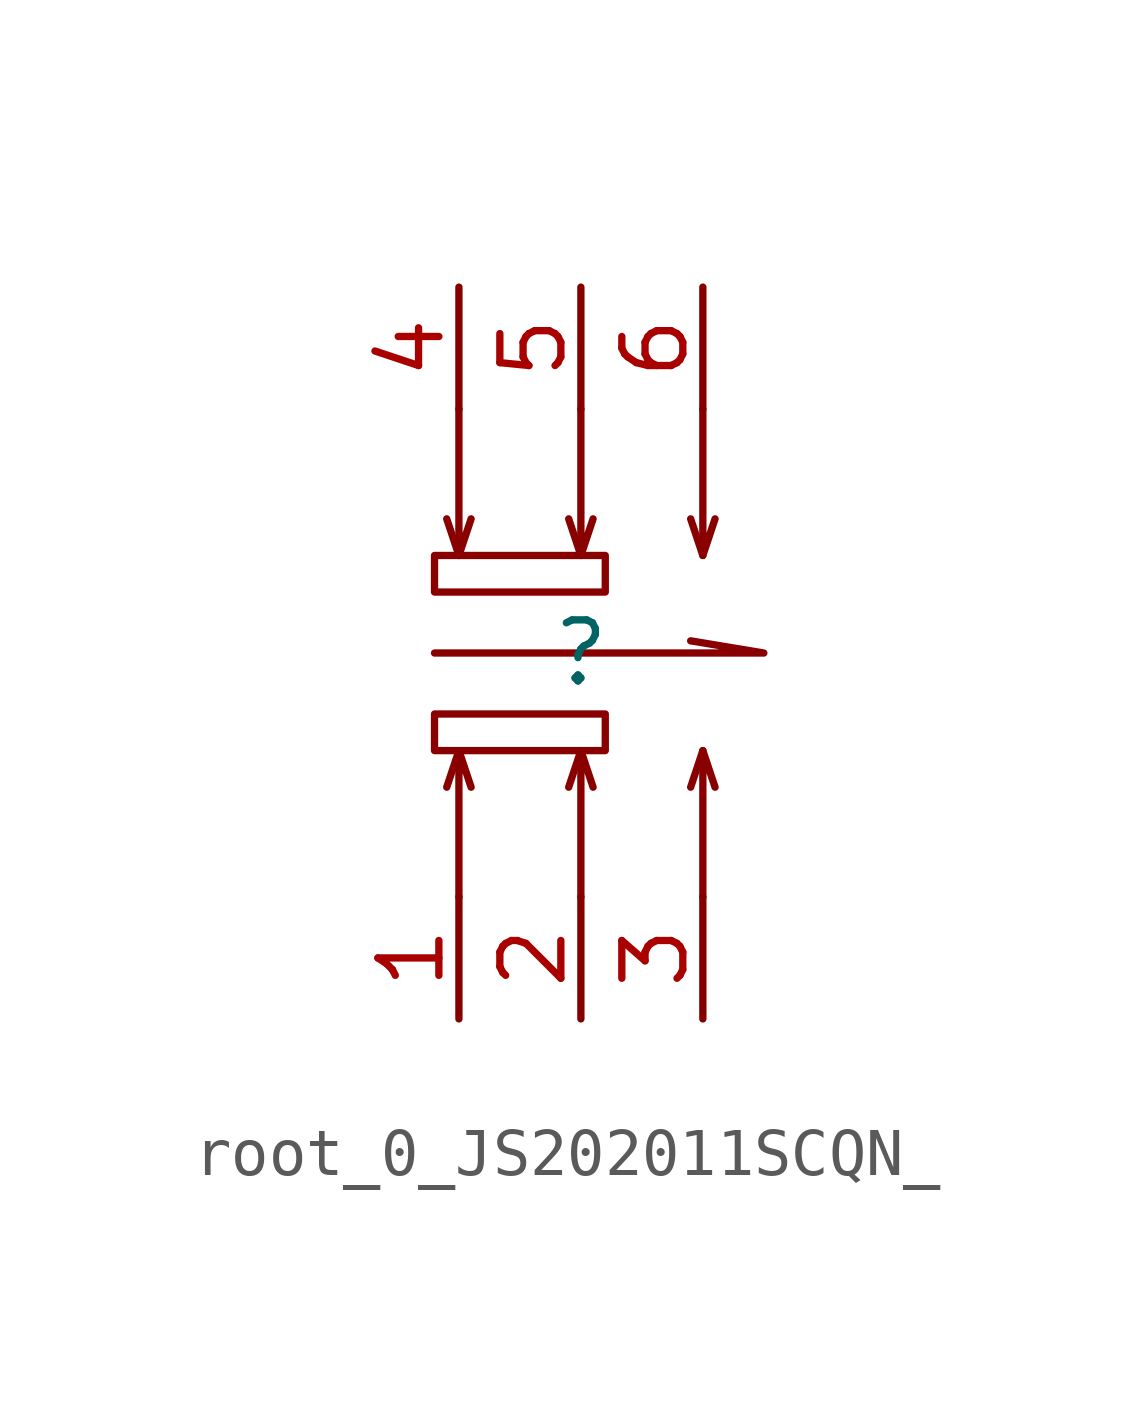
<source format=kicad_sym>
(kicad_symbol_lib
  (version 20241209)
  (generator "kicad_symbol_editor")
  (generator_version "9.0")
  (symbol "root_0_JS202011SCQN_"
    (pin_names
      (hide yes))
    (property "Reference" ""
      (at 0 0 0)
      (effects (font (size 1.27 1.27))))
    (property "Value" ""
      (at 0 0 0)
      (effects (font (size 1.27 1.27))))
    (symbol "root_0_JS202011SCQN__1_0"
      (rectangle (start -3.048 2.032) (end 0.508 1.27) (stroke (width 0) (type solid) (color 136 0 0 1)) (fill (type none)))
      (polyline (pts (xy -3.048 0) (xy 3.81 0) (xy 3.81 0) (xy 2.286 0.254)) (stroke (width 0) (type solid) (color 136 0 0 1)) (fill (type none)))
      (rectangle (start -3.048 -1.27) (end 0.508 -2.032) (stroke (width 0) (type solid) (color 136 0 0 1)) (fill (type none)))
      (polyline (pts (xy -2.54 5.08) (xy -2.54 2.032) (xy -2.54 2.032) (xy -2.286 2.794)) (stroke (width 0) (type solid) (color 136 0 0 1)) (fill (type none)))
      (polyline (pts (xy -2.54 2.032) (xy -2.794 2.794)) (stroke (width 0) (type solid) (color 136 0 0 1)) (fill (type none)))
      (polyline (pts (xy -2.54 -2.032) (xy -2.794 -2.794)) (stroke (width 0) (type solid) (color 136 0 0 1)) (fill (type none)))
      (polyline (pts (xy -2.54 -5.08) (xy -2.54 -2.032) (xy -2.54 -2.032) (xy -2.286 -2.794)) (stroke (width 0) (type solid) (color 136 0 0 1)) (fill (type none)))
      (polyline (pts (xy 0 5.08) (xy 0 2.032) (xy 0 2.032) (xy 0.254 2.794)) (stroke (width 0) (type solid) (color 136 0 0 1)) (fill (type none)))
      (polyline (pts (xy 0 2.032) (xy -0.254 2.794)) (stroke (width 0) (type solid) (color 136 0 0 1)) (fill (type none)))
      (polyline (pts (xy 0 -2.032) (xy -0.254 -2.794)) (stroke (width 0) (type solid) (color 136 0 0 1)) (fill (type none)))
      (polyline (pts (xy 0 -5.08) (xy 0 -2.032) (xy 0 -2.032) (xy 0.254 -2.794)) (stroke (width 0) (type solid) (color 136 0 0 1)) (fill (type none)))
      (polyline (pts (xy 2.54 5.08) (xy 2.54 2.032) (xy 2.54 2.032) (xy 2.794 2.794)) (stroke (width 0) (type solid) (color 136 0 0 1)) (fill (type none)))
      (polyline (pts (xy 2.54 2.032) (xy 2.286 2.794)) (stroke (width 0) (type solid) (color 136 0 0 1)) (fill (type none)))
      (polyline (pts (xy 2.54 -2.032) (xy 2.286 -2.794)) (stroke (width 0) (type solid) (color 136 0 0 1)) (fill (type none)))
      (polyline (pts (xy 2.54 -5.08) (xy 2.54 -2.032) (xy 2.54 -2.032) (xy 2.794 -2.794)) (stroke (width 0) (type solid) (color 136 0 0 1)) (fill (type none)))
      (pin passive line (at -2.54 7.62 270) (length 2.54) (name "4" (effects (font (size 1.27 1.27)))) (number "4" (effects (font (size 1.27 1.27)))))
      (pin passive line (at -2.54 -7.62 90) (length 2.54) (name "1" (effects (font (size 1.27 1.27)))) (number "1" (effects (font (size 1.27 1.27)))))
      (pin passive line (at 0 7.62 270) (length 2.54) (name "5" (effects (font (size 1.27 1.27)))) (number "5" (effects (font (size 1.27 1.27)))))
      (pin passive line (at 0 -7.62 90) (length 2.54) (name "2" (effects (font (size 1.27 1.27)))) (number "2" (effects (font (size 1.27 1.27)))))
      (pin passive line (at 2.54 7.62 270) (length 2.54) (name "6" (effects (font (size 1.27 1.27)))) (number "6" (effects (font (size 1.27 1.27)))))
      (pin passive line (at 2.54 -7.62 90) (length 2.54) (name "3" (effects (font (size 1.27 1.27)))) (number "3" (effects (font (size 1.27 1.27))))))))
</source>
